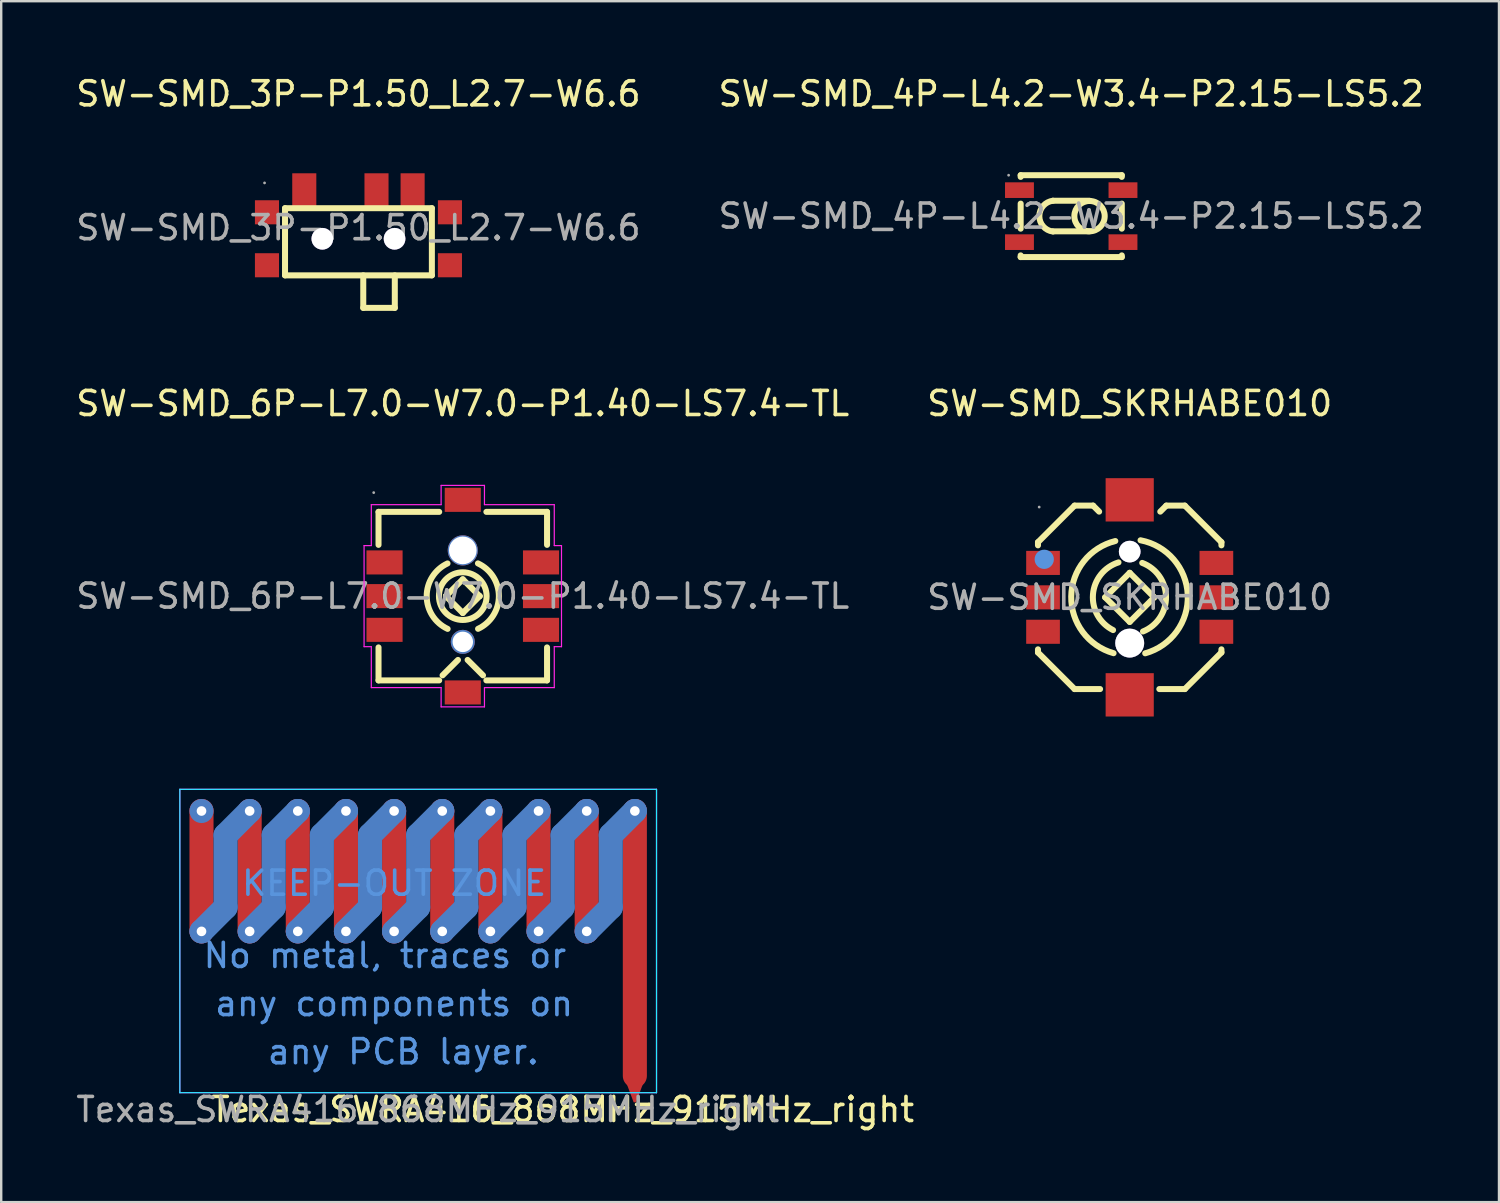
<source format=kicad_pcb>
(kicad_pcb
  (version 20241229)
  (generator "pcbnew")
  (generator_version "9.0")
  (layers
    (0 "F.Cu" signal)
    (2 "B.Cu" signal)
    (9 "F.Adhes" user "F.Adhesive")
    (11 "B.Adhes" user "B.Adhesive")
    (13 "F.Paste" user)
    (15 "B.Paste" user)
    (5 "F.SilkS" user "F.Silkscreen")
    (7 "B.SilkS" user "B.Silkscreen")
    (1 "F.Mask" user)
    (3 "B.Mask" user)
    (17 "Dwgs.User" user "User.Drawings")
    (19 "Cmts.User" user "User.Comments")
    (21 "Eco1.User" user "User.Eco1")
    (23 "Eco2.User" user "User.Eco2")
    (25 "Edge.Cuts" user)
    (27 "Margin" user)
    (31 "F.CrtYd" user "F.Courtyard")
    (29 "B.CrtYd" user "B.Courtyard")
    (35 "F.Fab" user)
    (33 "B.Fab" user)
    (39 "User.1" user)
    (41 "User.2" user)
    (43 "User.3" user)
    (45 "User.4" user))
  (footprint "SW-SMD_6P-L7.0-W7.0-P1.40-LS7.4-TL"
    (layer "F.Cu")
    (at 16.173 21.712)
    (property "Reference" "SW-SMD_6P-L7.0-W7.0-P1.40-LS7.4-TL" (at 0 -8 0) (layer "F.SilkS") (effects (font (size 1 1) (thickness 0.15))))
    (attr smd)
    (fp_line (start -3.5 -2.13) (end -3.5 -3.5) (stroke (width 0.25) (type solid)) (layer "F.SilkS"))
    (fp_line (start -3.5 3.5) (end -3.5 2.13) (stroke (width 0.25) (type solid)) (layer "F.SilkS"))
    (fp_line (start -3.5 3.5) (end -0.98 3.5) (stroke (width 0.25) (type solid)) (layer "F.SilkS"))
    (fp_line (start -0.98 -3.5) (end -3.5 -3.5) (stroke (width 0.25) (type solid)) (layer "F.SilkS"))
    (fp_line (start -0.84 3.29) (end -0.2 2.65) (stroke (width 0.25) (type solid)) (layer "F.SilkS"))
    (fp_line (start -0.7 0) (end -0.7 0) (stroke (width 0.25) (type solid)) (layer "F.SilkS"))
    (fp_line (start -0.7 0) (end 0 0.7) (stroke (width 0.25) (type solid)) (layer "F.SilkS"))
    (fp_line (start 0 -0.7) (end -0.7 0) (stroke (width 0.25) (type solid)) (layer "F.SilkS"))
    (fp_line (start 0 0.7) (end 0.7 0) (stroke (width 0.25) (type solid)) (layer "F.SilkS"))
    (fp_line (start 0.2 2.65) (end 0.84 3.29) (stroke (width 0.25) (type solid)) (layer "F.SilkS"))
    (fp_line (start 0.7 0) (end 0 -0.7) (stroke (width 0.25) (type solid)) (layer "F.SilkS"))
    (fp_line (start 0.7 0) (end 0.7 0) (stroke (width 0.25) (type solid)) (layer "F.SilkS"))
    (fp_line (start 0.98 3.5) (end 3.5 3.5) (stroke (width 0.25) (type solid)) (layer "F.SilkS"))
    (fp_line (start 3.5 -3.5) (end 0.98 -3.5) (stroke (width 0.25) (type solid)) (layer "F.SilkS"))
    (fp_line (start 3.5 -3.5) (end 3.5 -2.13) (stroke (width 0.25) (type solid)) (layer "F.SilkS"))
    (fp_line (start 3.5 2.13) (end 3.5 3.5) (stroke (width 0.25) (type solid)) (layer "F.SilkS"))
    (fp_arc (start -0.63 1.36) (mid -1.498831 0.002479) (end -0.634495 -1.357909) (stroke (width 0.25) (type solid)) (layer "F.SilkS"))
    (fp_arc (start 0.63 -1.36) (mid 1.498831 -0.002479) (end 0.634495 1.357909) (stroke (width 0.25) (type solid)) (layer "F.SilkS"))
    (fp_circle (center 0 0) (end 0.99 0) (stroke (width 0.25) (type solid)) (fill no) (layer "F.SilkS"))
    (fp_line (start -4.1 2.1) (end -4.1 -2.1) (stroke (width 0.05) (type default)) (layer "F.CrtYd"))
    (fp_line (start -3.8 -3.8) (end -0.9 -3.8) (stroke (width 0.05) (type default)) (layer "F.CrtYd"))
    (fp_line (start -3.8 -2.1) (end -4.1 -2.1) (stroke (width 0.05) (type default)) (layer "F.CrtYd"))
    (fp_line (start -3.8 -2.1) (end -3.8 -3.8) (stroke (width 0.05) (type default)) (layer "F.CrtYd"))
    (fp_line (start -3.8 2.1) (end -4.1 2.1) (stroke (width 0.05) (type default)) (layer "F.CrtYd"))
    (fp_line (start -3.8 2.1) (end -3.8 3.8) (stroke (width 0.05) (type default)) (layer "F.CrtYd"))
    (fp_line (start -3.8 3.8) (end -0.9 3.8) (stroke (width 0.05) (type default)) (layer "F.CrtYd"))
    (fp_line (start -0.9 -4.6) (end 0.9 -4.6) (stroke (width 0.05) (type default)) (layer "F.CrtYd"))
    (fp_line (start -0.9 -3.8) (end -0.9 -4.6) (stroke (width 0.05) (type default)) (layer "F.CrtYd"))
    (fp_line (start -0.9 3.8) (end -0.9 4.6) (stroke (width 0.05) (type default)) (layer "F.CrtYd"))
    (fp_line (start 0.9 -3.8) (end 0.9 -4.6) (stroke (width 0.05) (type default)) (layer "F.CrtYd"))
    (fp_line (start 0.9 3.8) (end 0.9 4.6) (stroke (width 0.05) (type default)) (layer "F.CrtYd"))
    (fp_line (start 0.9 4.6) (end -0.9 4.6) (stroke (width 0.05) (type default)) (layer "F.CrtYd"))
    (fp_line (start 3.8 -3.8) (end 0.9 -3.8) (stroke (width 0.05) (type default)) (layer "F.CrtYd"))
    (fp_line (start 3.8 -2.1) (end 3.8 -3.8) (stroke (width 0.05) (type default)) (layer "F.CrtYd"))
    (fp_line (start 3.8 -2.1) (end 4.1 -2.1) (stroke (width 0.05) (type default)) (layer "F.CrtYd"))
    (fp_line (start 3.8 2.1) (end 3.8 3.8) (stroke (width 0.05) (type default)) (layer "F.CrtYd"))
    (fp_line (start 3.8 2.1) (end 4.1 2.1) (stroke (width 0.05) (type default)) (layer "F.CrtYd"))
    (fp_line (start 3.8 3.8) (end 0.9 3.8) (stroke (width 0.05) (type default)) (layer "F.CrtYd"))
    (fp_line (start 4.1 -2.1) (end 4.1 2.1) (stroke (width 0.05) (type default)) (layer "F.CrtYd"))
    (fp_circle (center -3.7 -4.3) (end -3.67 -4.3) (stroke (width 0.06) (type solid)) (fill no) (layer "F.Fab"))
    (fp_text user "${REFERENCE}" (at 0 0 0) (layer "F.Fab") (effects (font (size 1 1) (thickness 0.15))))
    (pad "" thru_hole circle (at 0 -1.9) (size 1.25 1.25) (drill 1.15) (layers "*.Cu" "*.Mask"))
    (pad "" thru_hole circle (at 0 1.9) (size 1 1) (drill 0.85) (layers "*.Cu" "*.Mask"))
    (pad "1" smd rect (at -3.25 -1.4) (size 1.5 1) (layers "F.Cu" "F.Mask" "F.Paste"))
    (pad "2" smd rect (at -3.25 0) (size 1.5 1) (layers "F.Cu" "F.Mask" "F.Paste"))
    (pad "3" smd rect (at -3.25 1.4) (size 1.5 1) (layers "F.Cu" "F.Mask" "F.Paste"))
    (pad "4" smd rect (at 3.25 1.4) (size 1.5 1) (layers "F.Cu" "F.Mask" "F.Paste"))
    (pad "5" smd rect (at 3.25 0) (size 1.5 1) (layers "F.Cu" "F.Mask" "F.Paste"))
    (pad "6" smd rect (at 3.25 -1.4) (size 1.5 1) (layers "F.Cu" "F.Mask" "F.Paste"))
    (pad "7" smd rect (at 0 -4) (size 1.5 1) (layers "F.Cu" "F.Mask" "F.Paste"))
    (pad "8" smd rect (at 0 4) (size 1.5 1) (layers "F.Cu" "F.Mask" "F.Paste")))
  (footprint "SW-SMD_3P-P1.50_L2.7-W6.6"
    (layer "F.Cu")
    (at 11.839 6.408)
    (property "Reference" "SW-SMD_3P-P1.50_L2.7-W6.6" (at 0 -5.56 0) (layer "F.SilkS") (effects (font (size 1 1) (thickness 0.15))))
    (attr smd)
    (fp_line (start -3.05 -0.81) (end 3.05 -0.81) (stroke (width 0.25) (type solid)) (layer "F.SilkS"))
    (fp_line (start -3.05 1.98) (end -3.05 -0.81) (stroke (width 0.25) (type solid)) (layer "F.SilkS"))
    (fp_line (start -3.05 1.98) (end 3.05 1.98) (stroke (width 0.25) (type solid)) (layer "F.SilkS"))
    (fp_line (start 0.2 3.33) (end 0.2 1.98) (stroke (width 0.25) (type solid)) (layer "F.SilkS"))
    (fp_line (start 1.51 1.98) (end 1.51 3.33) (stroke (width 0.25) (type solid)) (layer "F.SilkS"))
    (fp_line (start 1.51 3.33) (end 0.2 3.33) (stroke (width 0.25) (type solid)) (layer "F.SilkS"))
    (fp_line (start 3.05 -0.81) (end 3.05 1.98) (stroke (width 0.25) (type solid)) (layer "F.SilkS"))
    (fp_circle (center -1.5 0.46) (end -1.31 0.46) (stroke (width 0.38) (type solid)) (fill no) (layer "Cmts.User"))
    (fp_circle (center 1.5 0.46) (end 1.69 0.46) (stroke (width 0.38) (type solid)) (fill no) (layer "Cmts.User"))
    (fp_circle (center -3.9 -1.86) (end -3.87 -1.86) (stroke (width 0.06) (type solid)) (fill no) (layer "F.Fab"))
    (fp_text user "${REFERENCE}" (at 0 0 0) (layer "F.Fab") (effects (font (size 1 1) (thickness 0.15))))
    (pad "" thru_hole circle (at -1.5 0.46) (size 0.9 0.9) (drill 0.9) (layers "*.Cu" "*.Mask"))
    (pad "" thru_hole circle (at 1.5 0.46) (size 0.9 0.9) (drill 0.9) (layers "*.Cu" "*.Mask"))
    (pad "0" smd rect (at -3.8 -0.64) (size 1 1) (layers "F.Cu" "F.Mask" "F.Paste"))
    (pad "0" smd rect (at -3.8 1.56) (size 1 1) (layers "F.Cu" "F.Mask" "F.Paste"))
    (pad "0" smd rect (at 3.8 -0.64) (size 1 1) (layers "F.Cu" "F.Mask" "F.Paste"))
    (pad "0" smd rect (at 3.8 1.56) (size 1 1) (layers "F.Cu" "F.Mask" "F.Paste"))
    (pad "1" smd rect (at -2.25 -1.56) (size 1 1.4) (layers "F.Cu" "F.Mask" "F.Paste"))
    (pad "2" smd rect (at 0.75 -1.56) (size 1 1.4) (layers "F.Cu" "F.Mask" "F.Paste"))
    (pad "3" smd rect (at 2.25 -1.56) (size 1 1.4) (layers "F.Cu" "F.Mask" "F.Paste")))
  (footprint "SW-SMD_4P-L4.2-W3.4-P2.15-LS5.2"
    (layer "F.Cu")
    (at 41.446 5.928)
    (property "Reference" "SW-SMD_4P-L4.2-W3.4-P2.15-LS5.2" (at 0 -5.08 0) (layer "F.SilkS") (effects (font (size 1 1) (thickness 0.15))))
    (attr through_hole)
    (fp_line (start -2.1 -1.7) (end -2.1 -1.63) (stroke (width 0.25) (type solid)) (layer "F.SilkS"))
    (fp_line (start -2.1 -1.7) (end 2.1 -1.7) (stroke (width 0.25) (type solid)) (layer "F.SilkS"))
    (fp_line (start -2.1 -0.52) (end -2.1 0.52) (stroke (width 0.25) (type solid)) (layer "F.SilkS"))
    (fp_line (start -2.1 1.63) (end -2.1 1.7) (stroke (width 0.25) (type solid)) (layer "F.SilkS"))
    (fp_line (start -2.1 1.7) (end 2.1 1.7) (stroke (width 0.25) (type solid)) (layer "F.SilkS"))
    (fp_line (start -0.76 -0.64) (end 0.76 -0.64) (stroke (width 0.25) (type solid)) (layer "F.SilkS"))
    (fp_line (start -0.76 0.63) (end 0.76 0.63) (stroke (width 0.25) (type solid)) (layer "F.SilkS"))
    (fp_line (start 2.1 -1.7) (end 2.1 -1.63) (stroke (width 0.25) (type solid)) (layer "F.SilkS"))
    (fp_line (start 2.1 -0.52) (end 2.1 0.52) (stroke (width 0.25) (type solid)) (layer "F.SilkS"))
    (fp_line (start 2.1 1.63) (end 2.1 1.7) (stroke (width 0.25) (type solid)) (layer "F.SilkS"))
    (fp_arc (start -0.760893 0.639888) (mid -1.324981 -0.00045) (end -0.76 -0.64) (stroke (width 0.25) (type solid)) (layer "F.SilkS"))
    (fp_arc (start 0.749005 0.629904) (mid 0.765498 -0.629976) (end 0.76 0.63) (stroke (width 0.25) (type solid)) (layer "F.SilkS"))
    (fp_circle (center -2.6 -1.7) (end -2.57 -1.7) (stroke (width 0.06) (type solid)) (fill no) (layer "F.Fab"))
    (fp_text user "${REFERENCE}" (at 0 0 0) (layer "F.Fab") (effects (font (size 1 1) (thickness 0.15))))
    (pad "1" smd rect (at -2.15 -1.08 90) (size 0.65 1.2) (layers "F.Cu" "F.Mask" "F.Paste"))
    (pad "2" smd rect (at 2.15 -1.08 90) (size 0.65 1.2) (layers "F.Cu" "F.Mask" "F.Paste"))
    (pad "3" smd rect (at -2.15 1.08 90) (size 0.65 1.2) (layers "F.Cu" "F.Mask" "F.Paste"))
    (pad "4" smd rect (at 2.15 1.08 90) (size 0.65 1.2) (layers "F.Cu" "F.Mask" "F.Paste")))
  (footprint "SW-SMD_SKRHABE010"
    (layer "F.Cu")
    (at 43.875 21.762)
    (property "Reference" "SW-SMD_SKRHABE010" (at 0 -8.05 0) (layer "F.SilkS") (effects (font (size 1 1) (thickness 0.15))))
    (attr smd)
    (fp_line (start -3.81 -2.29) (end -3.81 -2.16) (stroke (width 0.25) (type solid)) (layer "F.SilkS"))
    (fp_line (start -3.81 2.16) (end -3.81 2.29) (stroke (width 0.25) (type solid)) (layer "F.SilkS"))
    (fp_line (start -3.81 2.29) (end -2.29 3.81) (stroke (width 0.25) (type solid)) (layer "F.SilkS"))
    (fp_line (start -2.29 -3.81) (end -3.81 -2.29) (stroke (width 0.25) (type solid)) (layer "F.SilkS"))
    (fp_line (start -2.29 -3.81) (end -1.52 -3.81) (stroke (width 0.25) (type solid)) (layer "F.SilkS"))
    (fp_line (start -2.29 3.81) (end -1.23 3.81) (stroke (width 0.25) (type solid)) (layer "F.SilkS"))
    (fp_line (start -1.52 -3.81) (end -1.27 -3.56) (stroke (width 0.25) (type solid)) (layer "F.SilkS"))
    (fp_line (start -1.02 0) (end 0 1.02) (stroke (width 0.25) (type solid)) (layer "F.SilkS"))
    (fp_line (start 0 -1.02) (end -1.02 0) (stroke (width 0.25) (type solid)) (layer "F.SilkS"))
    (fp_line (start 0 1.02) (end 1.02 0) (stroke (width 0.25) (type solid)) (layer "F.SilkS"))
    (fp_line (start 1.02 0) (end 0 -1.02) (stroke (width 0.25) (type solid)) (layer "F.SilkS"))
    (fp_line (start 1.23 3.81) (end 2.29 3.81) (stroke (width 0.25) (type solid)) (layer "F.SilkS"))
    (fp_line (start 1.52 -3.81) (end 1.27 -3.56) (stroke (width 0.25) (type solid)) (layer "F.SilkS"))
    (fp_line (start 2.29 -3.81) (end 1.52 -3.81) (stroke (width 0.25) (type solid)) (layer "F.SilkS"))
    (fp_line (start 2.29 3.81) (end 3.81 2.29) (stroke (width 0.25) (type solid)) (layer "F.SilkS"))
    (fp_line (start 3.81 -2.29) (end 2.29 -3.81) (stroke (width 0.25) (type solid)) (layer "F.SilkS"))
    (fp_line (start 3.81 -2.16) (end 3.81 -2.29) (stroke (width 0.25) (type solid)) (layer "F.SilkS"))
    (fp_line (start 3.81 2.29) (end 3.81 2.16) (stroke (width 0.25) (type solid)) (layer "F.SilkS"))
    (fp_arc (start -0.69 1.36) (mid -1.525703 -0.12102) (end -0.465584 -1.45067) (stroke (width 0.25) (type solid)) (layer "F.SilkS"))
    (fp_arc (start -0.67 2.32) (mid -2.429051 -0.037063) (end -0.598324 -2.338897) (stroke (width 0.25) (type solid)) (layer "F.SilkS"))
    (fp_arc (start 0.45 -2.37) (mid 2.41029 -0.099505) (end 0.64382 2.324843) (stroke (width 0.25) (type solid)) (layer "F.SilkS"))
    (fp_arc (start 0.52 -1.43) (mid 1.508464 -0.017269) (end 0.552172 1.417434) (stroke (width 0.25) (type solid)) (layer "F.SilkS"))
    (fp_circle (center -3.55 -1.58) (end -3.35 -1.58) (stroke (width 0.4) (type solid)) (fill no) (layer "Cmts.User"))
    (fp_circle (center 0 -1.9) (end 0.18 -1.9) (stroke (width 0.36) (type solid)) (fill no) (layer "Cmts.User"))
    (fp_circle (center 0 1.9) (end 0.24 1.9) (stroke (width 0.48) (type solid)) (fill no) (layer "Cmts.User"))
    (fp_circle (center -3.76 -3.75) (end -3.73 -3.75) (stroke (width 0.06) (type solid)) (fill no) (layer "F.Fab"))
    (fp_text user "${REFERENCE}" (at 0 0 0) (layer "F.Fab") (effects (font (size 1 1) (thickness 0.15))))
    (pad "" thru_hole circle (at 0 -1.9) (size 0.9 0.9) (drill 0.9) (layers "*.Cu" "*.Mask"))
    (pad "" thru_hole circle (at 0 1.9) (size 1.2 1.2) (drill 1.2) (layers "*.Cu" "*.Mask"))
    (pad "1" smd rect (at -3.6 -1.43) (size 1.4 1) (layers "F.Cu" "F.Mask" "F.Paste"))
    (pad "2" smd rect (at -3.6 0) (size 1.4 1) (layers "F.Cu" "F.Mask" "F.Paste"))
    (pad "3" smd rect (at -3.6 1.43) (size 1.4 1) (layers "F.Cu" "F.Mask" "F.Paste"))
    (pad "4" smd rect (at 3.6 -1.43) (size 1.4 1) (layers "F.Cu" "F.Mask" "F.Paste"))
    (pad "5" smd rect (at 3.6 0) (size 1.4 1) (layers "F.Cu" "F.Mask" "F.Paste"))
    (pad "6" smd rect (at 3.6 1.43) (size 1.4 1) (layers "F.Cu" "F.Mask" "F.Paste"))
    (pad "7" smd rect (at 0 -4.05) (size 2 1.8) (layers "F.Cu" "F.Mask" "F.Paste"))
    (pad "8" smd rect (at 0 4.05) (size 2 1.8) (layers "F.Cu" "F.Mask" "F.Paste")))
  (footprint "Texas_SWRA416_868MHz_915MHz_right"
    (layer "F.Cu")
    (at 14.32 36.437)
    (property "Reference" "Texas_SWRA416_868MHz_915MHz_right" (at 6 6.6 180) (layer "F.SilkS") (effects (font (size 1 1) (thickness 0.15))))
    (attr smd)
    (fp_line (start -9 -5.8) (end -9 -0.8) (stroke (width 1) (type solid)) (layer "F.Cu"))
    (fp_line (start -7 -5.8) (end -7 -0.8) (stroke (width 1) (type solid)) (layer "F.Cu"))
    (fp_line (start -5 -5.8) (end -5 -0.8) (stroke (width 1) (type solid)) (layer "F.Cu"))
    (fp_line (start -3 -5.8) (end -3 -0.8) (stroke (width 1) (type solid)) (layer "F.Cu"))
    (fp_line (start -1 -5.8) (end -1 -0.8) (stroke (width 1) (type solid)) (layer "F.Cu"))
    (fp_line (start 1 -5.8) (end 1 -0.8) (stroke (width 1) (type solid)) (layer "F.Cu"))
    (fp_line (start 3 -5.8) (end 3 -0.8) (stroke (width 1) (type solid)) (layer "F.Cu"))
    (fp_line (start 5 -5.8) (end 5 -0.8) (stroke (width 1) (type solid)) (layer "F.Cu"))
    (fp_line (start 7 -5.8) (end 7 -0.8) (stroke (width 1) (type solid)) (layer "F.Cu"))
    (fp_line (start 9 5.2) (end 9 -5.8) (stroke (width 1) (type solid)) (layer "F.Cu"))
    (fp_line (start -8 -4.8) (end -8 -1.8) (stroke (width 1) (type solid)) (layer "B.Cu"))
    (fp_line (start -8 -1.8) (end -9 -0.8) (stroke (width 1) (type solid)) (layer "B.Cu"))
    (fp_line (start -7 -5.8) (end -8 -4.8) (stroke (width 1) (type solid)) (layer "B.Cu"))
    (fp_line (start -6 -4.8) (end -6 -1.8) (stroke (width 1) (type solid)) (layer "B.Cu"))
    (fp_line (start -6 -1.8) (end -7 -0.8) (stroke (width 1) (type solid)) (layer "B.Cu"))
    (fp_line (start -5 -5.8) (end -6 -4.8) (stroke (width 1) (type solid)) (layer "B.Cu"))
    (fp_line (start -4 -4.8) (end -4 -1.8) (stroke (width 1) (type solid)) (layer "B.Cu"))
    (fp_line (start -4 -1.8) (end -5 -0.8) (stroke (width 1) (type solid)) (layer "B.Cu"))
    (fp_line (start -3 -5.8) (end -4 -4.8) (stroke (width 1) (type solid)) (layer "B.Cu"))
    (fp_line (start -2 -4.8) (end -2 -1.8) (stroke (width 1) (type solid)) (layer "B.Cu"))
    (fp_line (start -2 -1.8) (end -3 -0.8) (stroke (width 1) (type solid)) (layer "B.Cu"))
    (fp_line (start -1 -5.8) (end -2 -4.8) (stroke (width 1) (type solid)) (layer "B.Cu"))
    (fp_line (start 0 -4.8) (end 0 -1.8) (stroke (width 1) (type solid)) (layer "B.Cu"))
    (fp_line (start 0 -1.8) (end -1 -0.8) (stroke (width 1) (type solid)) (layer "B.Cu"))
    (fp_line (start 1 -5.8) (end 0 -4.8) (stroke (width 1) (type solid)) (layer "B.Cu"))
    (fp_line (start 2 -4.8) (end 2 -1.8) (stroke (width 1) (type solid)) (layer "B.Cu"))
    (fp_line (start 2 -1.8) (end 1 -0.8) (stroke (width 1) (type solid)) (layer "B.Cu"))
    (fp_line (start 3 -5.8) (end 2 -4.8) (stroke (width 1) (type solid)) (layer "B.Cu"))
    (fp_line (start 4 -1.8) (end 3 -0.8) (stroke (width 1) (type solid)) (layer "B.Cu"))
    (fp_line (start 4 -4.8) (end 4 -1.8) (stroke (width 1) (type solid)) (layer "B.Cu"))
    (fp_line (start 5 -5.8) (end 4 -4.8) (stroke (width 1) (type solid)) (layer "B.Cu"))
    (fp_line (start 6 -4.8) (end 6 -1.8) (stroke (width 1) (type solid)) (layer "B.Cu"))
    (fp_line (start 6 -1.8) (end 5 -0.8) (stroke (width 1) (type solid)) (layer "B.Cu"))
    (fp_line (start 7 -5.8) (end 6 -4.8) (stroke (width 1) (type solid)) (layer "B.Cu"))
    (fp_line (start 8 -4.8) (end 8 -1.8) (stroke (width 1) (type solid)) (layer "B.Cu"))
    (fp_line (start 8 -1.8) (end 7 -0.8) (stroke (width 1) (type solid)) (layer "B.Cu"))
    (fp_line (start 9 -5.8) (end 8 -4.8) (stroke (width 1) (type solid)) (layer "B.Cu"))
    (fp_line (start -9.9 -6.7) (end 9.9 -6.7) (stroke (width 0.05) (type solid)) (layer "B.CrtYd"))
    (fp_line (start -9.9 5.9) (end -9.9 -6.7) (stroke (width 0.05) (type solid)) (layer "B.CrtYd"))
    (fp_line (start 9.9 5.9) (end -9.9 5.9) (stroke (width 0.05) (type solid)) (layer "B.CrtYd"))
    (fp_line (start 9.9 -6.7) (end 9.9 5.9) (stroke (width 0.05) (type solid)) (layer "B.CrtYd"))
    (fp_line (start -9.9 -6.7) (end 9.9 -6.7) (stroke (width 0.05) (type solid)) (layer "F.CrtYd"))
    (fp_line (start -9.9 5.9) (end -9.9 -6.7) (stroke (width 0.05) (type solid)) (layer "F.CrtYd"))
    (fp_line (start 9.9 5.9) (end -9.9 5.9) (stroke (width 0.05) (type solid)) (layer "F.CrtYd"))
    (fp_line (start 9.9 -6.7) (end 9.9 5.9) (stroke (width 0.05) (type solid)) (layer "F.CrtYd"))
    (fp_text user "KEEP-OUT ZONE" (at -1 -2.8 180) (layer "Cmts.User") (effects (font (size 1 1) (thickness 0.15))))
    (fp_text user "any components on" (at -1 2.2 180) (layer "Cmts.User") (effects (font (size 1 1) (thickness 0.15))))
    (fp_text user "No metal, traces or " (at -1 0.2 180) (layer "Cmts.User") (effects (font (size 1 1) (thickness 0.15))))
    (fp_text user " any PCB layer." (at -1 4.2 180) (layer "Cmts.User") (effects (font (size 1 1) (thickness 0.15))))
    (fp_text user "${REFERENCE}" (at 0.4 6.6 180) (layer "F.Fab") (effects (font (size 1 1) (thickness 0.15))))
    (pad "" thru_hole circle (at -9 -5.8 180) (size 1 1) (drill 0.4) (layers "*.Cu"))
    (pad "" thru_hole circle (at -9 -0.8 180) (size 1 1) (drill 0.4) (layers "*.Cu"))
    (pad "" thru_hole circle (at -7 -5.8 180) (size 1 1) (drill 0.4) (layers "*.Cu"))
    (pad "" thru_hole circle (at -7 -0.8 180) (size 1 1) (drill 0.4) (layers "*.Cu"))
    (pad "" thru_hole circle (at -5 -5.8 180) (size 1 1) (drill 0.4) (layers "*.Cu"))
    (pad "" thru_hole circle (at -5 -0.8 180) (size 1 1) (drill 0.4) (layers "*.Cu"))
    (pad "" thru_hole circle (at -3 -5.8 180) (size 1 1) (drill 0.4) (layers "*.Cu"))
    (pad "" thru_hole circle (at -3 -0.8 180) (size 1 1) (drill 0.4) (layers "*.Cu"))
    (pad "" thru_hole circle (at -1 -5.8 180) (size 1 1) (drill 0.4) (layers "*.Cu"))
    (pad "" thru_hole circle (at -1 -0.8 180) (size 1 1) (drill 0.4) (layers "*.Cu"))
    (pad "" thru_hole circle (at 1 -5.8 180) (size 1 1) (drill 0.4) (layers "*.Cu"))
    (pad "" thru_hole circle (at 1 -0.8 180) (size 1 1) (drill 0.4) (layers "*.Cu"))
    (pad "" thru_hole circle (at 3 -5.8 180) (size 1 1) (drill 0.4) (layers "*.Cu"))
    (pad "" thru_hole circle (at 3 -0.8 180) (size 1 1) (drill 0.4) (layers "*.Cu"))
    (pad "" thru_hole circle (at 5 -0.8 180) (size 1 1) (drill 0.4) (layers "*.Cu"))
    (pad "" thru_hole circle (at 5 -5.8 180) (size 1 1) (drill 0.4) (layers "*.Cu"))
    (pad "" thru_hole circle (at 7 -5.8 180) (size 1 1) (drill 0.4) (layers "*.Cu"))
    (pad "" thru_hole circle (at 7 -0.8 180) (size 1 1) (drill 0.4) (layers "*.Cu"))
    (pad "" thru_hole circle (at 9 -5.8 180) (size 1 1) (drill 0.4) (layers "*.Cu"))
    (pad "1" smd trapezoid (at 9 5.9 180) (size 0.4 0.8) (rect_delta 0 0.3) (layers "F.Cu"))
    (zone (net_name "") (layer "F.Cu") (hatch full 0.508) (connect_pads) (min_thickness 0.254) (filled_areas_thickness no) (keepout (tracks allowed) (vias allowed) (pads allowed) (copperpour not_allowed) (footprints not_allowed)) (placement (enabled no)) (fill) (polygon (pts (xy 24.02 42.136) (xy 4.62 42.136) (xy 4.62 29.936) (xy 24.02 29.936)))))
  (gr_rect
    (start -3 -3)
    (end 59.214 46.885)
    (stroke (width 0.1) (type default))
    (fill no)
    (layer "Edge.Cuts")))
</source>
